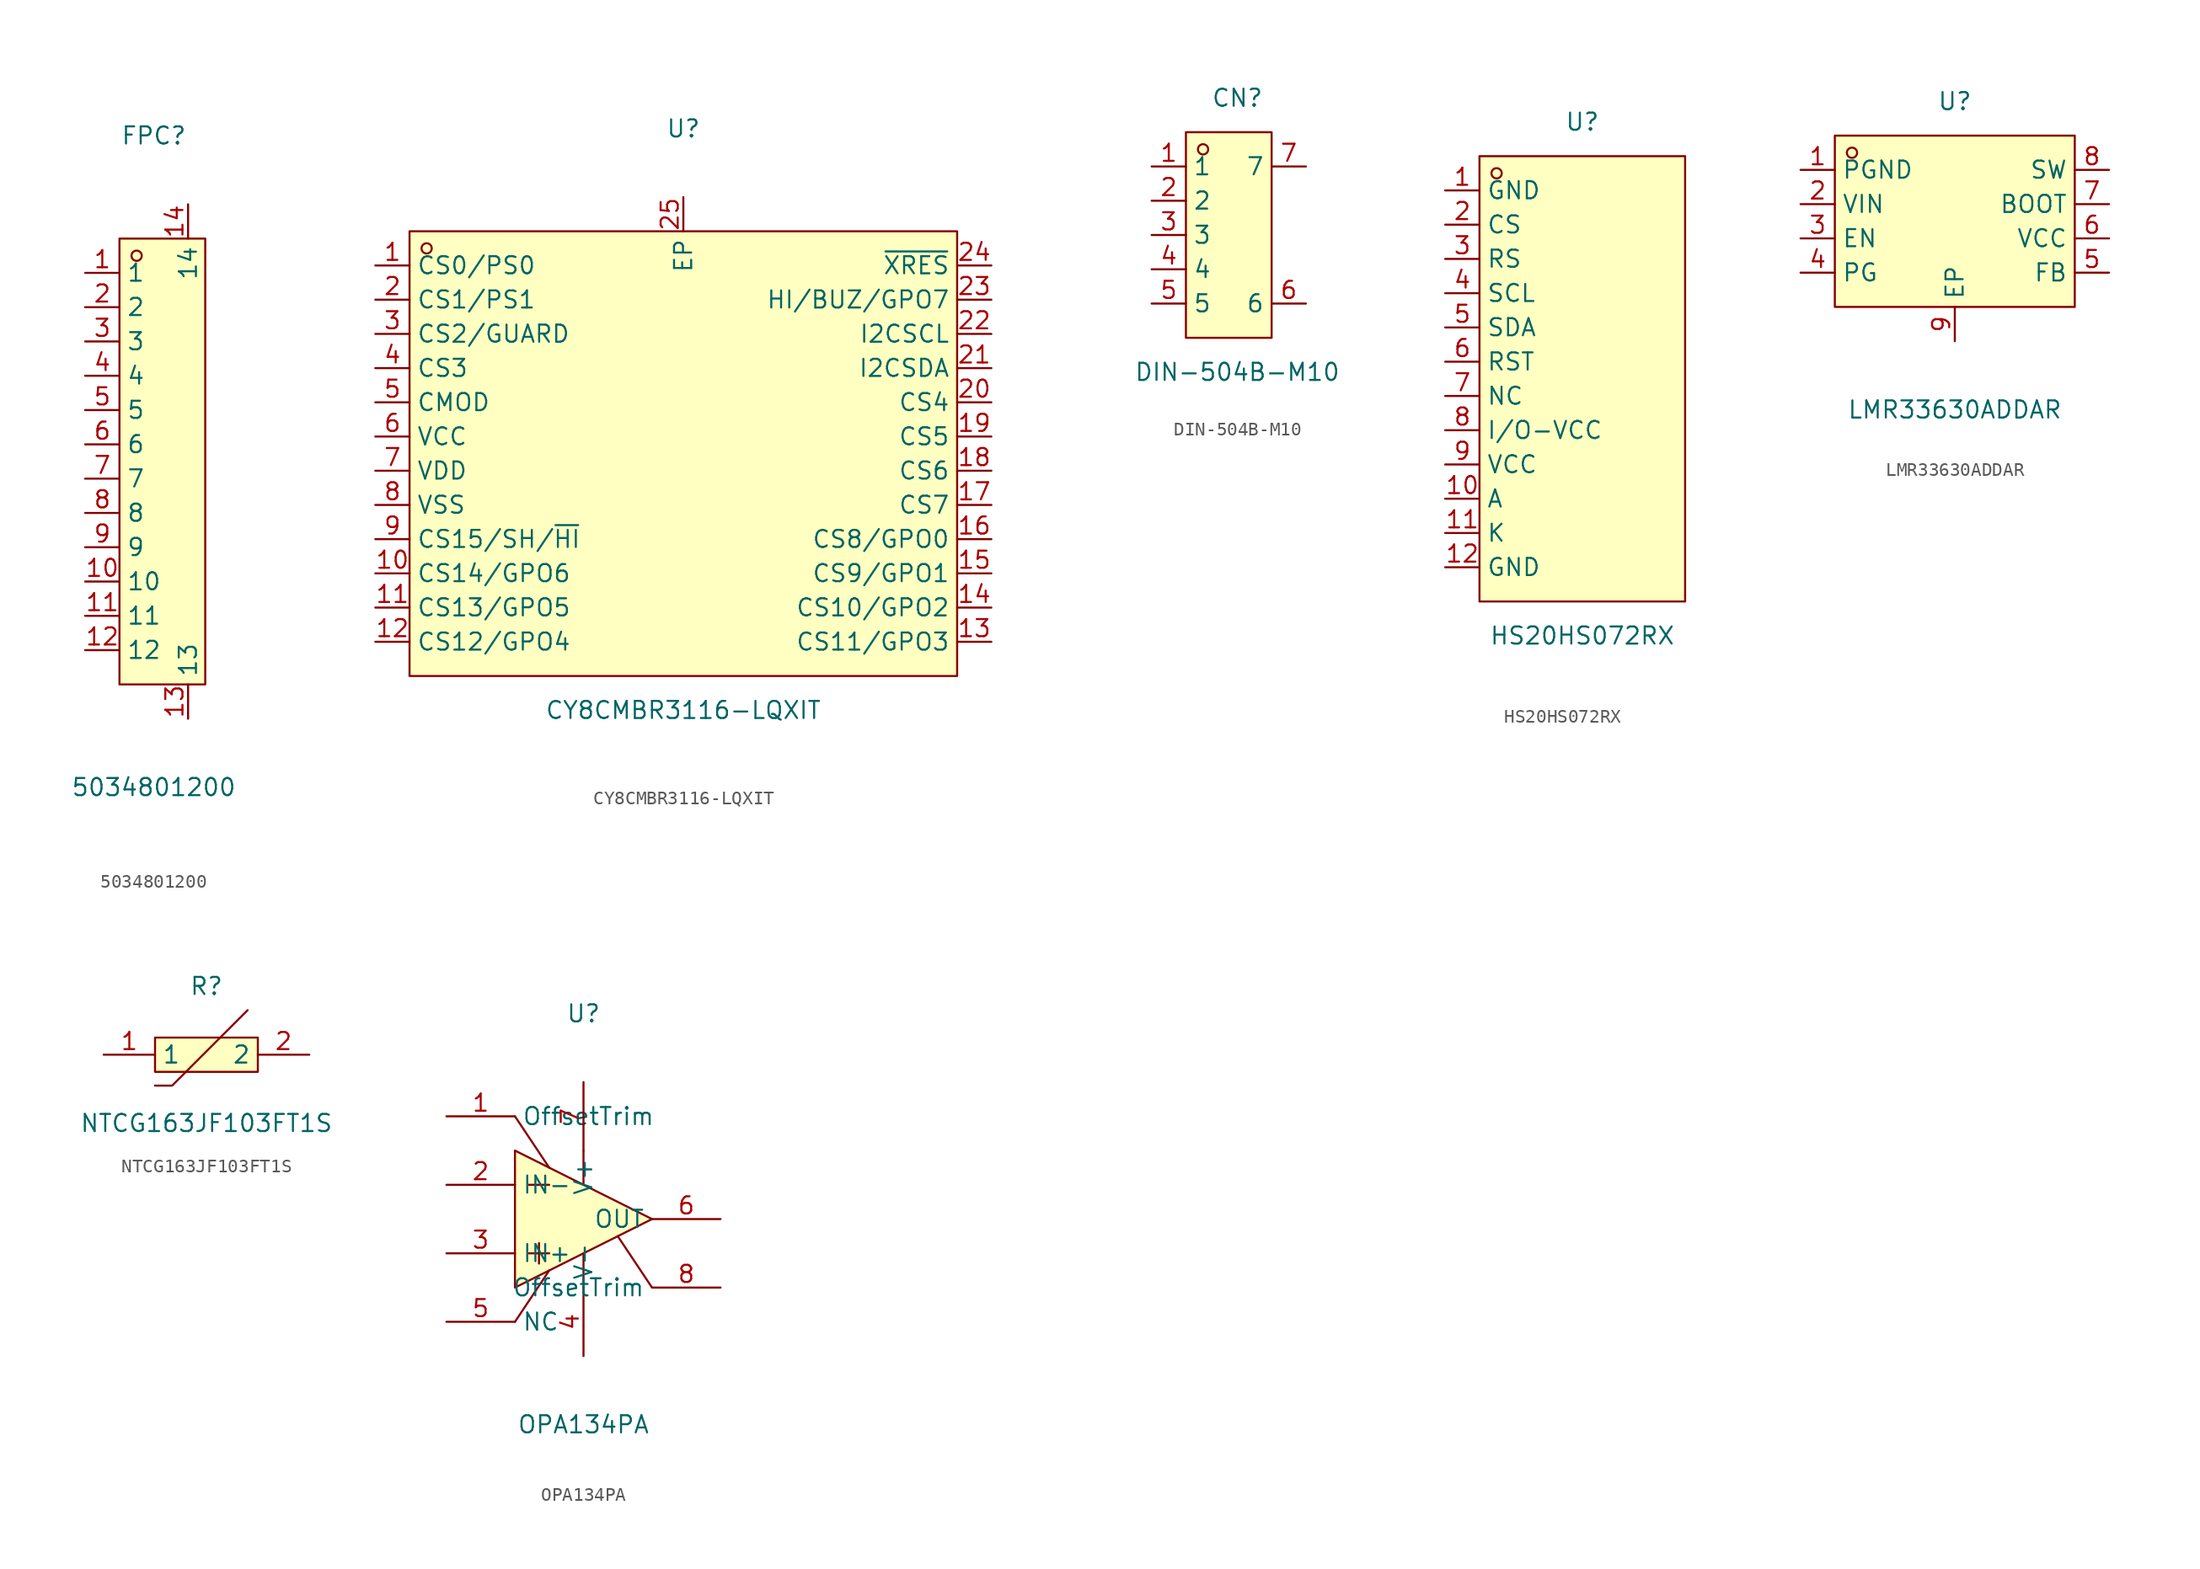
<source format=kicad_sym>
(kicad_symbol_lib
  (version 20211014)
  (generator https://github.com/uPesy/easyeda2kicad.py)
  (symbol "5034801200"
    (property "Reference" "FPC"
      (at 0 24.13 0)
      (effects (font (size 1.27 1.27))))
    (property "Value" "5034801200"
      (at 0 -24.13 0)
      (effects (font (size 1.27 1.27))))
    (symbol "5034801200_0_1"
      (rectangle (start -2.54 16.51) (end 3.81 -16.51) (stroke (width 0) (type default) (color 0 0 0 0)) (fill (type background)))
      (circle (center -1.27 15.24) (radius 0.38) (stroke (width 0) (type default) (color 0 0 0 0)) (fill (type none)))
      (pin unspecified line (at -5.08 13.97 0) (length 2.54) (name "1" (effects (font (size 1.27 1.27)))) (number "1" (effects (font (size 1.27 1.27)))))
      (pin unspecified line (at -5.08 11.43 0) (length 2.54) (name "2" (effects (font (size 1.27 1.27)))) (number "2" (effects (font (size 1.27 1.27)))))
      (pin unspecified line (at -5.08 8.89 0) (length 2.54) (name "3" (effects (font (size 1.27 1.27)))) (number "3" (effects (font (size 1.27 1.27)))))
      (pin unspecified line (at -5.08 6.35 0) (length 2.54) (name "4" (effects (font (size 1.27 1.27)))) (number "4" (effects (font (size 1.27 1.27)))))
      (pin unspecified line (at -5.08 3.81 0) (length 2.54) (name "5" (effects (font (size 1.27 1.27)))) (number "5" (effects (font (size 1.27 1.27)))))
      (pin unspecified line (at -5.08 1.27 0) (length 2.54) (name "6" (effects (font (size 1.27 1.27)))) (number "6" (effects (font (size 1.27 1.27)))))
      (pin unspecified line (at -5.08 -1.27 0) (length 2.54) (name "7" (effects (font (size 1.27 1.27)))) (number "7" (effects (font (size 1.27 1.27)))))
      (pin unspecified line (at -5.08 -3.81 0) (length 2.54) (name "8" (effects (font (size 1.27 1.27)))) (number "8" (effects (font (size 1.27 1.27)))))
      (pin unspecified line (at -5.08 -6.35 0) (length 2.54) (name "9" (effects (font (size 1.27 1.27)))) (number "9" (effects (font (size 1.27 1.27)))))
      (pin unspecified line (at -5.08 -8.89 0) (length 2.54) (name "10" (effects (font (size 1.27 1.27)))) (number "10" (effects (font (size 1.27 1.27)))))
      (pin unspecified line (at -5.08 -11.43 0) (length 2.54) (name "11" (effects (font (size 1.27 1.27)))) (number "11" (effects (font (size 1.27 1.27)))))
      (pin unspecified line (at -5.08 -13.97 0) (length 2.54) (name "12" (effects (font (size 1.27 1.27)))) (number "12" (effects (font (size 1.27 1.27)))))
      (pin unspecified line (at 2.54 -19.05 90) (length 2.54) (name "13" (effects (font (size 1.27 1.27)))) (number "13" (effects (font (size 1.27 1.27)))))
      (pin unspecified line (at 2.54 19.05 270) (length 2.54) (name "14" (effects (font (size 1.27 1.27)))) (number "14" (effects (font (size 1.27 1.27)))))))
  (symbol "CY8CMBR3116-LQXIT"
    (property "Reference" "U"
      (at 0 24.13 0)
      (effects (font (size 1.27 1.27))))
    (property "Value" "CY8CMBR3116-LQXIT"
      (at 0 -19.05 0)
      (effects (font (size 1.27 1.27))))
    (symbol "CY8CMBR3116-LQXIT_0_1"
      (rectangle (start -20.32 16.51) (end 20.32 -16.51) (stroke (width 0) (type default) (color 0 0 0 0)) (fill (type background)))
      (circle (center -19.05 15.24) (radius 0.38) (stroke (width 0) (type default) (color 0 0 0 0)) (fill (type none)))
      (pin unspecified line (at -22.86 13.97 0) (length 2.54) (name "CS0/PS0" (effects (font (size 1.27 1.27)))) (number "1" (effects (font (size 1.27 1.27)))))
      (pin unspecified line (at -22.86 11.43 0) (length 2.54) (name "CS1/PS1" (effects (font (size 1.27 1.27)))) (number "2" (effects (font (size 1.27 1.27)))))
      (pin unspecified line (at -22.86 8.89 0) (length 2.54) (name "CS2/GUARD" (effects (font (size 1.27 1.27)))) (number "3" (effects (font (size 1.27 1.27)))))
      (pin unspecified line (at -22.86 6.35 0) (length 2.54) (name "CS3" (effects (font (size 1.27 1.27)))) (number "4" (effects (font (size 1.27 1.27)))))
      (pin unspecified line (at -22.86 3.81 0) (length 2.54) (name "CMOD" (effects (font (size 1.27 1.27)))) (number "5" (effects (font (size 1.27 1.27)))))
      (pin unspecified line (at -22.86 1.27 0) (length 2.54) (name "VCC" (effects (font (size 1.27 1.27)))) (number "6" (effects (font (size 1.27 1.27)))))
      (pin unspecified line (at -22.86 -1.27 0) (length 2.54) (name "VDD" (effects (font (size 1.27 1.27)))) (number "7" (effects (font (size 1.27 1.27)))))
      (pin unspecified line (at -22.86 -3.81 0) (length 2.54) (name "VSS" (effects (font (size 1.27 1.27)))) (number "8" (effects (font (size 1.27 1.27)))))
      (pin unspecified line (at -22.86 -6.35 0) (length 2.54) (name "CS15/SH/~{HI}" (effects (font (size 1.27 1.27)))) (number "9" (effects (font (size 1.27 1.27)))))
      (pin unspecified line (at -22.86 -8.89 0) (length 2.54) (name "CS14/GPO6" (effects (font (size 1.27 1.27)))) (number "10" (effects (font (size 1.27 1.27)))))
      (pin unspecified line (at -22.86 -11.43 0) (length 2.54) (name "CS13/GPO5" (effects (font (size 1.27 1.27)))) (number "11" (effects (font (size 1.27 1.27)))))
      (pin unspecified line (at -22.86 -13.97 0) (length 2.54) (name "CS12/GPO4" (effects (font (size 1.27 1.27)))) (number "12" (effects (font (size 1.27 1.27)))))
      (pin unspecified line (at 22.86 -13.97 180) (length 2.54) (name "CS11/GPO3" (effects (font (size 1.27 1.27)))) (number "13" (effects (font (size 1.27 1.27)))))
      (pin unspecified line (at 22.86 -11.43 180) (length 2.54) (name "CS10/GPO2" (effects (font (size 1.27 1.27)))) (number "14" (effects (font (size 1.27 1.27)))))
      (pin unspecified line (at 22.86 -8.89 180) (length 2.54) (name "CS9/GPO1" (effects (font (size 1.27 1.27)))) (number "15" (effects (font (size 1.27 1.27)))))
      (pin unspecified line (at 22.86 -6.35 180) (length 2.54) (name "CS8/GPO0" (effects (font (size 1.27 1.27)))) (number "16" (effects (font (size 1.27 1.27)))))
      (pin unspecified line (at 22.86 -3.81 180) (length 2.54) (name "CS7" (effects (font (size 1.27 1.27)))) (number "17" (effects (font (size 1.27 1.27)))))
      (pin unspecified line (at 22.86 -1.27 180) (length 2.54) (name "CS6" (effects (font (size 1.27 1.27)))) (number "18" (effects (font (size 1.27 1.27)))))
      (pin unspecified line (at 22.86 1.27 180) (length 2.54) (name "CS5" (effects (font (size 1.27 1.27)))) (number "19" (effects (font (size 1.27 1.27)))))
      (pin unspecified line (at 22.86 3.81 180) (length 2.54) (name "CS4" (effects (font (size 1.27 1.27)))) (number "20" (effects (font (size 1.27 1.27)))))
      (pin unspecified line (at 22.86 6.35 180) (length 2.54) (name "I2CSDA" (effects (font (size 1.27 1.27)))) (number "21" (effects (font (size 1.27 1.27)))))
      (pin unspecified line (at 22.86 8.89 180) (length 2.54) (name "I2CSCL" (effects (font (size 1.27 1.27)))) (number "22" (effects (font (size 1.27 1.27)))))
      (pin unspecified line (at 22.86 11.43 180) (length 2.54) (name "HI/BUZ/GPO7" (effects (font (size 1.27 1.27)))) (number "23" (effects (font (size 1.27 1.27)))))
      (pin unspecified line (at 22.86 13.97 180) (length 2.54) (name "~{XRES}" (effects (font (size 1.27 1.27)))) (number "24" (effects (font (size 1.27 1.27)))))
      (pin unspecified line (at 0.00 19.05 270) (length 2.54) (name "EP" (effects (font (size 1.27 1.27)))) (number "25" (effects (font (size 1.27 1.27)))))))
  (symbol "DIN-504B-M10"
    (property "Reference" "CN"
      (at 0 10.16 0)
      (effects (font (size 1.27 1.27))))
    (property "Value" "DIN-504B-M10"
      (at 0 -10.16 0)
      (effects (font (size 1.27 1.27))))
    (symbol "DIN-504B-M10_0_1"
      (rectangle (start -3.81 7.62) (end 2.54 -7.62) (stroke (width 0) (type default) (color 0 0 0 0)) (fill (type background)))
      (circle (center -2.54 6.35) (radius 0.38) (stroke (width 0) (type default) (color 0 0 0 0)) (fill (type none)))
      (pin unspecified line (at -6.35 5.08 0) (length 2.54) (name "1" (effects (font (size 1.27 1.27)))) (number "1" (effects (font (size 1.27 1.27)))))
      (pin unspecified line (at -6.35 2.54 0) (length 2.54) (name "2" (effects (font (size 1.27 1.27)))) (number "2" (effects (font (size 1.27 1.27)))))
      (pin unspecified line (at -6.35 -0.00 0) (length 2.54) (name "3" (effects (font (size 1.27 1.27)))) (number "3" (effects (font (size 1.27 1.27)))))
      (pin unspecified line (at -6.35 -2.54 0) (length 2.54) (name "4" (effects (font (size 1.27 1.27)))) (number "4" (effects (font (size 1.27 1.27)))))
      (pin unspecified line (at 5.08 -5.08 180) (length 2.54) (name "6" (effects (font (size 1.27 1.27)))) (number "6" (effects (font (size 1.27 1.27)))))
      (pin unspecified line (at 5.08 5.08 180) (length 2.54) (name "7" (effects (font (size 1.27 1.27)))) (number "7" (effects (font (size 1.27 1.27)))))
      (pin unspecified line (at -6.35 -5.08 0) (length 2.54) (name "5" (effects (font (size 1.27 1.27)))) (number "5" (effects (font (size 1.27 1.27)))))))
  (symbol "HS20HS072RX"
    (property "Reference" "U"
      (at 0 19.05 0)
      (effects (font (size 1.27 1.27))))
    (property "Value" "HS20HS072RX"
      (at 0 -19.05 0)
      (effects (font (size 1.27 1.27))))
    (symbol "HS20HS072RX_0_1"
      (rectangle (start -7.62 16.51) (end 7.62 -16.51) (stroke (width 0) (type default) (color 0 0 0 0)) (fill (type background)))
      (circle (center -6.35 15.24) (radius 0.38) (stroke (width 0) (type default) (color 0 0 0 0)) (fill (type none)))
      (pin unspecified line (at -10.16 13.97 0) (length 2.54) (name "GND" (effects (font (size 1.27 1.27)))) (number "1" (effects (font (size 1.27 1.27)))))
      (pin unspecified line (at -10.16 11.43 0) (length 2.54) (name "CS" (effects (font (size 1.27 1.27)))) (number "2" (effects (font (size 1.27 1.27)))))
      (pin unspecified line (at -10.16 8.89 0) (length 2.54) (name "RS" (effects (font (size 1.27 1.27)))) (number "3" (effects (font (size 1.27 1.27)))))
      (pin unspecified line (at -10.16 6.35 0) (length 2.54) (name "SCL" (effects (font (size 1.27 1.27)))) (number "4" (effects (font (size 1.27 1.27)))))
      (pin unspecified line (at -10.16 3.81 0) (length 2.54) (name "SDA" (effects (font (size 1.27 1.27)))) (number "5" (effects (font (size 1.27 1.27)))))
      (pin unspecified line (at -10.16 1.27 0) (length 2.54) (name "RST" (effects (font (size 1.27 1.27)))) (number "6" (effects (font (size 1.27 1.27)))))
      (pin unspecified line (at -10.16 -1.27 0) (length 2.54) (name "NC" (effects (font (size 1.27 1.27)))) (number "7" (effects (font (size 1.27 1.27)))))
      (pin unspecified line (at -10.16 -3.81 0) (length 2.54) (name "I/O-VCC" (effects (font (size 1.27 1.27)))) (number "8" (effects (font (size 1.27 1.27)))))
      (pin unspecified line (at -10.16 -6.35 0) (length 2.54) (name "VCC" (effects (font (size 1.27 1.27)))) (number "9" (effects (font (size 1.27 1.27)))))
      (pin unspecified line (at -10.16 -8.89 0) (length 2.54) (name "A" (effects (font (size 1.27 1.27)))) (number "10" (effects (font (size 1.27 1.27)))))
      (pin unspecified line (at -10.16 -11.43 0) (length 2.54) (name "K" (effects (font (size 1.27 1.27)))) (number "11" (effects (font (size 1.27 1.27)))))
      (pin unspecified line (at -10.16 -13.97 0) (length 2.54) (name "GND" (effects (font (size 1.27 1.27)))) (number "12" (effects (font (size 1.27 1.27)))))))
  (symbol "LMR33630ADDAR"
    (property "Reference" "U"
      (at 0 8.89 0)
      (effects (font (size 1.27 1.27))))
    (property "Value" "LMR33630ADDAR"
      (at 0 -13.97 0)
      (effects (font (size 1.27 1.27))))
    (symbol "LMR33630ADDAR_0_1"
      (rectangle (start -8.89 6.35) (end 8.89 -6.35) (stroke (width 0) (type default) (color 0 0 0 0)) (fill (type background)))
      (circle (center -7.62 5.08) (radius 0.38) (stroke (width 0) (type default) (color 0 0 0 0)) (fill (type none)))
      (pin unspecified line (at -11.43 3.81 0) (length 2.54) (name "PGND" (effects (font (size 1.27 1.27)))) (number "1" (effects (font (size 1.27 1.27)))))
      (pin unspecified line (at -11.43 1.27 0) (length 2.54) (name "VIN" (effects (font (size 1.27 1.27)))) (number "2" (effects (font (size 1.27 1.27)))))
      (pin unspecified line (at -11.43 -1.27 0) (length 2.54) (name "EN" (effects (font (size 1.27 1.27)))) (number "3" (effects (font (size 1.27 1.27)))))
      (pin unspecified line (at -11.43 -3.81 0) (length 2.54) (name "PG" (effects (font (size 1.27 1.27)))) (number "4" (effects (font (size 1.27 1.27)))))
      (pin unspecified line (at 11.43 -3.81 180) (length 2.54) (name "FB" (effects (font (size 1.27 1.27)))) (number "5" (effects (font (size 1.27 1.27)))))
      (pin unspecified line (at 11.43 -1.27 180) (length 2.54) (name "VCC" (effects (font (size 1.27 1.27)))) (number "6" (effects (font (size 1.27 1.27)))))
      (pin unspecified line (at 11.43 1.27 180) (length 2.54) (name "BOOT" (effects (font (size 1.27 1.27)))) (number "7" (effects (font (size 1.27 1.27)))))
      (pin unspecified line (at 11.43 3.81 180) (length 2.54) (name "SW" (effects (font (size 1.27 1.27)))) (number "8" (effects (font (size 1.27 1.27)))))
      (pin unspecified line (at 0.00 -8.89 90) (length 2.54) (name "EP" (effects (font (size 1.27 1.27)))) (number "9" (effects (font (size 1.27 1.27)))))))
  (symbol "NTCG163JF103FT1S"
    (property "Reference" "R"
      (at 0 5.08 0)
      (effects (font (size 1.27 1.27))))
    (property "Value" "NTCG163JF103FT1S"
      (at 0 -5.08 0)
      (effects (font (size 1.27 1.27))))
    (symbol "NTCG163JF103FT1S_0_1"
      (rectangle (start -3.81 1.27) (end 3.81 -1.27) (stroke (width 0) (type default) (color 0 0 0 0)) (fill (type background)))
      (polyline (pts (xy 3.05 3.30) (xy -2.54 -2.29) (xy -3.81 -2.29)) (stroke (width 0) (type default) (color 0 0 0 0)) (fill (type none)))
      (pin unspecified line (at 7.62 -0.00 180) (length 3.81) (name "2" (effects (font (size 1.27 1.27)))) (number "2" (effects (font (size 1.27 1.27)))))
      (pin unspecified line (at -7.62 -0.00 0) (length 3.81) (name "1" (effects (font (size 1.27 1.27)))) (number "1" (effects (font (size 1.27 1.27)))))))
  (symbol "OPA134PA"
    (property "Reference" "U"
      (at 0 15.24 0)
      (effects (font (size 1.27 1.27))))
    (property "Value" "OPA134PA"
      (at 0 -15.24 0)
      (effects (font (size 1.27 1.27))))
    (symbol "OPA134PA_0_1"
      (polyline (pts (xy -2.54 3.81) (xy -5.08 7.62)) (stroke (width 0) (type default) (color 0 0 0 0)) (fill (type none)))
      (polyline (pts (xy -2.54 -3.81) (xy -5.08 -7.62)) (stroke (width 0) (type default) (color 0 0 0 0)) (fill (type none)))
      (polyline (pts (xy 2.54 -1.27) (xy 5.08 -5.08)) (stroke (width 0) (type default) (color 0 0 0 0)) (fill (type none)))
      (polyline (pts (xy 0.00 -2.54) (xy 0.00 -5.08)) (stroke (width 0) (type default) (color 0 0 0 0)) (fill (type none)))
      (polyline (pts (xy 0.00 5.08) (xy 0.00 2.54)) (stroke (width 0) (type default) (color 0 0 0 0)) (fill (type none)))
      (polyline (pts (xy -3.30 -1.78) (xy -3.30 -3.30)) (stroke (width 0) (type default) (color 0 0 0 0)) (fill (type none)))
      (polyline (pts (xy -4.06 -2.54) (xy -2.54 -2.54)) (stroke (width 0) (type default) (color 0 0 0 0)) (fill (type none)))
      (polyline (pts (xy -4.06 2.54) (xy -2.54 2.54)) (stroke (width 0) (type default) (color 0 0 0 0)) (fill (type none)))
      (polyline (pts (xy -5.08 -5.08) (xy 5.08 -0.00) (xy -5.08 5.08) (xy -5.08 -5.08)) (stroke (width 0) (type default) (color 0 0 0 0)) (fill (type background)))
      (pin power_in line (at 0.00 10.16 270) (length 5.08) (name "V+" (effects (font (size 1.27 1.27)))) (number "7" (effects (font (size 1.27 1.27)))))
      (pin output line (at 10.16 -0.00 180) (length 5.08) (name "OUT" (effects (font (size 1.27 1.27)))) (number "6" (effects (font (size 1.27 1.27)))))
      (pin unspecified line (at -10.16 7.62 0) (length 5.08) (name "OffsetTrim" (effects (font (size 1.27 1.27)))) (number "1" (effects (font (size 1.27 1.27)))))
      (pin unspecified line (at -10.16 -7.62 0) (length 5.08) (name "NC" (effects (font (size 1.27 1.27)))) (number "5" (effects (font (size 1.27 1.27)))))
      (pin power_in line (at 0.00 -10.16 90) (length 5.08) (name "V-" (effects (font (size 1.27 1.27)))) (number "4" (effects (font (size 1.27 1.27)))))
      (pin unspecified line (at -10.16 2.54 0) (length 5.08) (name "IN-" (effects (font (size 1.27 1.27)))) (number "2" (effects (font (size 1.27 1.27)))))
      (pin unspecified line (at -10.16 -2.54 0) (length 5.08) (name "IN+" (effects (font (size 1.27 1.27)))) (number "3" (effects (font (size 1.27 1.27)))))
      (pin unspecified line (at 10.16 -5.08 180) (length 5.08) (name "OffsetTrim" (effects (font (size 1.27 1.27)))) (number "8" (effects (font (size 1.27 1.27))))))))
</source>
